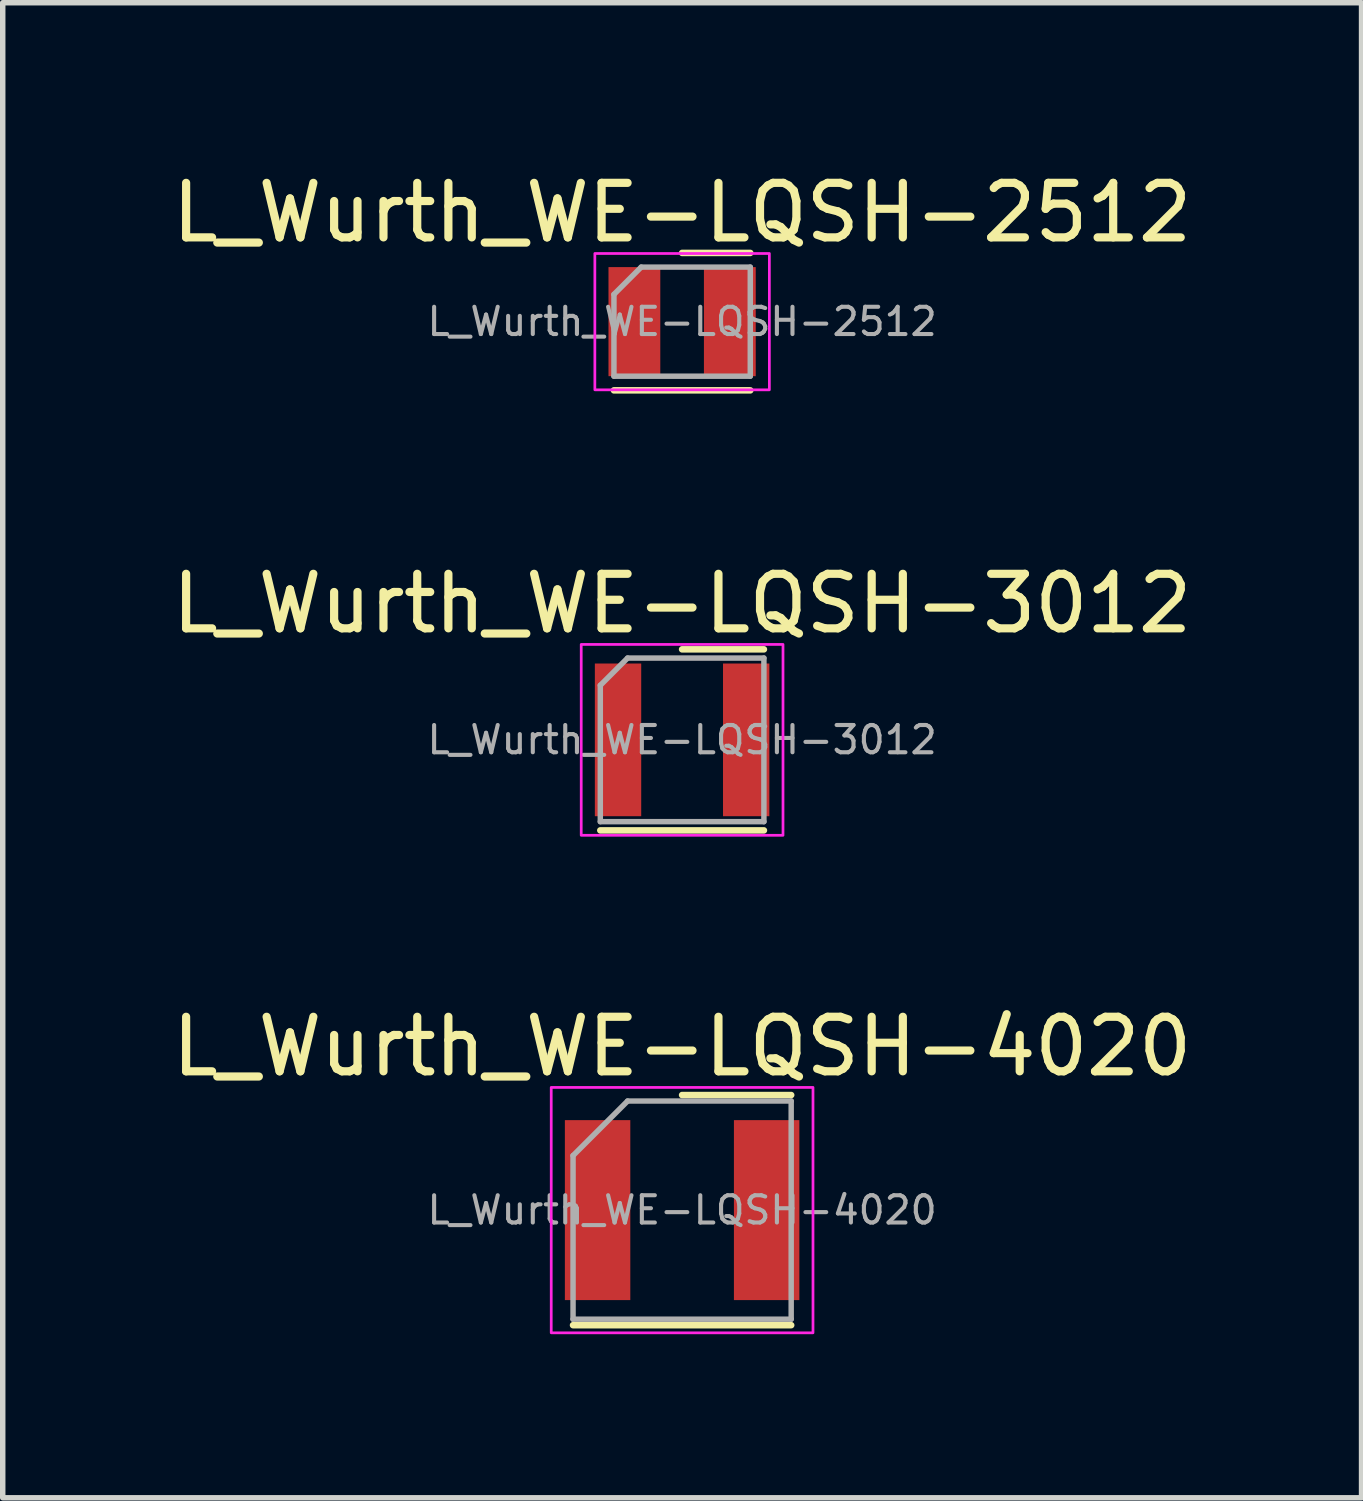
<source format=kicad_pcb>
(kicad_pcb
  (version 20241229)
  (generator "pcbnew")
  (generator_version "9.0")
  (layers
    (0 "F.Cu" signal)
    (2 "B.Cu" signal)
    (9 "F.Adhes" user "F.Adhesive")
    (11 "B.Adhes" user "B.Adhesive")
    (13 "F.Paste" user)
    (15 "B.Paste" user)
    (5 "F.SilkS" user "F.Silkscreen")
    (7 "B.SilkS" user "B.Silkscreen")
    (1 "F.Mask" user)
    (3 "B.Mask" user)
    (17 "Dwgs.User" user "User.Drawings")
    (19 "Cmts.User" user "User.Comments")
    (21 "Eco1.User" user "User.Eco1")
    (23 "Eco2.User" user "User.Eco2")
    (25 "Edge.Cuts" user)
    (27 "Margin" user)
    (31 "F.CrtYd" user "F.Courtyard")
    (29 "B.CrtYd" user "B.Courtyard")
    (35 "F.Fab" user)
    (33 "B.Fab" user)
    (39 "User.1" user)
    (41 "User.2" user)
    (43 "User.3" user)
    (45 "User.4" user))
  (footprint "L_Wurth_WE-LQSH-2512"
    (layer "F.Cu")
    (at 9.458 2.848)
    (property "Reference" "L_Wurth_WE-LQSH-2512" (at 0 -2 0) (unlocked yes) (layer "F.SilkS") (effects (font (size 1 1) (thickness 0.15))))
    (attr smd)
    (fp_line (start -1.25 1.26) (end 1.25 1.26) (stroke (width 0.12) (type solid)) (layer "F.SilkS"))
    (fp_line (start 0 -1.26) (end 1.25 -1.26) (stroke (width 0.12) (type solid)) (layer "F.SilkS"))
    (fp_rect (start -1.6 -1.25) (end 1.6 1.25) (stroke (width 0.05) (type solid)) (fill no) (layer "F.CrtYd"))
    (fp_line (start -1.25 -0.5) (end -1.25 1) (stroke (width 0.1) (type solid)) (layer "F.Fab"))
    (fp_line (start -1.25 1) (end 1.25 1) (stroke (width 0.1) (type solid)) (layer "F.Fab"))
    (fp_line (start -0.75 -1) (end -1.25 -0.5) (stroke (width 0.1) (type solid)) (layer "F.Fab"))
    (fp_line (start -0.75 -1) (end 1.25 -1) (stroke (width 0.1) (type solid)) (layer "F.Fab"))
    (fp_line (start 1.25 -1) (end 1.25 1) (stroke (width 0.1) (type solid)) (layer "F.Fab"))
    (fp_text user "${REFERENCE}" (at 0 0 0) (unlocked yes) (layer "F.Fab") (effects (font (size 0.5 0.5) (thickness 0.075))))
    (pad "1" smd rect (at -0.875 0) (size 0.95 2) (layers "F.Cu" "F.Mask" "F.Paste"))
    (pad "2" smd rect (at 0.875 0) (size 0.95 2) (layers "F.Cu" "F.Mask" "F.Paste")))
  (footprint "L_Wurth_WE-LQSH-3012"
    (layer "F.Cu")
    (at 9.458 10.517)
    (property "Reference" "L_Wurth_WE-LQSH-3012" (at 0 -2.5 0) (unlocked yes) (layer "F.SilkS") (effects (font (size 1 1) (thickness 0.15))))
    (attr smd)
    (fp_line (start -1.5 1.66) (end 1.5 1.66) (stroke (width 0.12) (type solid)) (layer "F.SilkS"))
    (fp_line (start 0 -1.66) (end 1.5 -1.66) (stroke (width 0.12) (type solid)) (layer "F.SilkS"))
    (fp_rect (start -1.85 -1.75) (end 1.85 1.75) (stroke (width 0.05) (type solid)) (fill no) (layer "F.CrtYd"))
    (fp_line (start -1.5 -1) (end -1.5 1.5) (stroke (width 0.1) (type solid)) (layer "F.Fab"))
    (fp_line (start -1.5 -1) (end -1 -1.5) (stroke (width 0.1) (type solid)) (layer "F.Fab"))
    (fp_line (start -1.5 1.5) (end 1.5 1.5) (stroke (width 0.1) (type solid)) (layer "F.Fab"))
    (fp_line (start -1 -1.5) (end 1.5 -1.5) (stroke (width 0.1) (type solid)) (layer "F.Fab"))
    (fp_line (start 1.5 -1.5) (end 1.5 1.5) (stroke (width 0.1) (type solid)) (layer "F.Fab"))
    (fp_text user "${REFERENCE}" (at 0 0 0) (unlocked yes) (layer "F.Fab") (effects (font (size 0.5 0.5) (thickness 0.075))))
    (pad "1" smd rect (at -1.175 0) (size 0.85 2.8) (layers "F.Cu" "F.Mask" "F.Paste"))
    (pad "2" smd rect (at 1.175 0) (size 0.85 2.8) (layers "F.Cu" "F.Mask" "F.Paste")))
  (footprint "L_Wurth_WE-LQSH-4020"
    (layer "F.Cu")
    (at 9.458 19.14)
    (property "Reference" "L_Wurth_WE-LQSH-4020" (at 0 -3 0) (unlocked yes) (layer "F.SilkS") (effects (font (size 1 1) (thickness 0.15))))
    (attr smd)
    (fp_line (start -2 2.11) (end 2 2.11) (stroke (width 0.12) (type solid)) (layer "F.SilkS"))
    (fp_line (start 0 -2.11) (end 2 -2.11) (stroke (width 0.12) (type solid)) (layer "F.SilkS"))
    (fp_rect (start -2.4 -2.25) (end 2.4 2.25) (stroke (width 0.05) (type solid)) (fill no) (layer "F.CrtYd"))
    (fp_line (start -2 -1) (end -2 2) (stroke (width 0.1) (type solid)) (layer "F.Fab"))
    (fp_line (start -2 2) (end 2 2) (stroke (width 0.1) (type solid)) (layer "F.Fab"))
    (fp_line (start -1 -2) (end -2 -1) (stroke (width 0.1) (type solid)) (layer "F.Fab"))
    (fp_line (start -1 -2) (end 2 -2) (stroke (width 0.1) (type solid)) (layer "F.Fab"))
    (fp_line (start 2 -2) (end 2 2) (stroke (width 0.1) (type solid)) (layer "F.Fab"))
    (fp_text user "${REFERENCE}" (at 0 0 0) (unlocked yes) (layer "F.Fab") (effects (font (size 0.5 0.5) (thickness 0.075))))
    (pad "1" smd rect (at -1.55 0) (size 1.2 3.3) (layers "F.Cu" "F.Mask" "F.Paste"))
    (pad "2" smd rect (at 1.55 0) (size 1.2 3.3) (layers "F.Cu" "F.Mask" "F.Paste")))
  (gr_rect
    (start -3 -3)
    (end 21.917 24.415)
    (stroke (width 0.1) (type default))
    (fill no)
    (layer "Edge.Cuts")))
</source>
